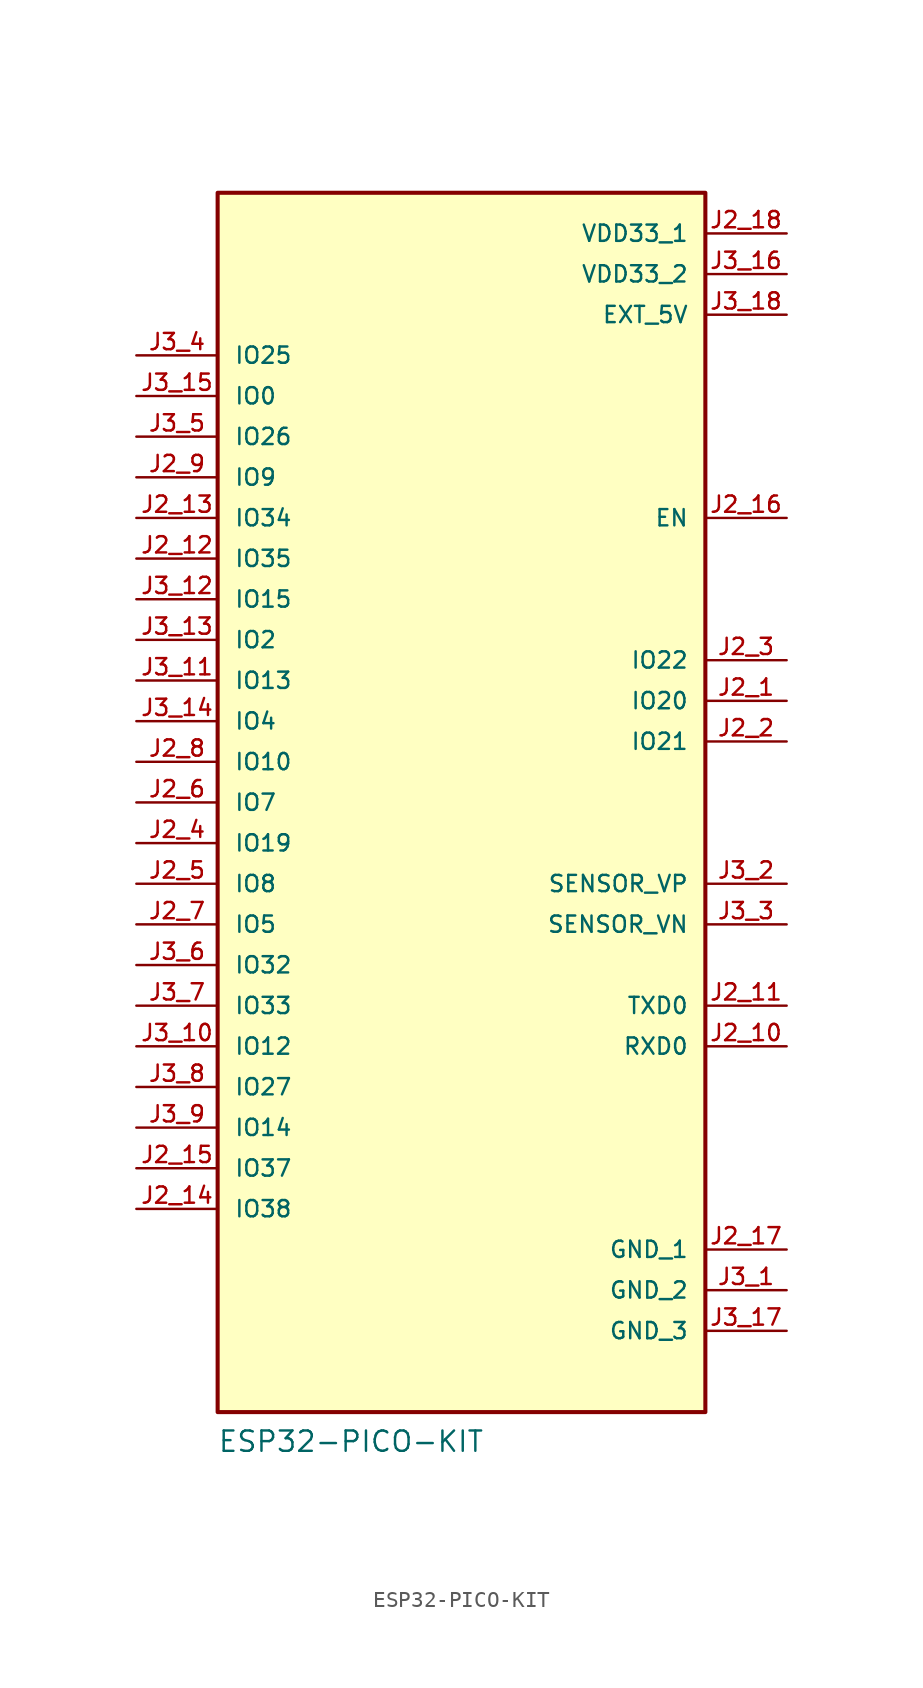
<source format=kicad_sym>
(kicad_symbol_lib
  (version 20241209)
  (generator "kicad_symbol_editor")
  (generator_version "9.0")
  (symbol "ESP32-PICO-KIT"
    (pin_names
      (offset 1.016))
    (property "Reference" "J2"
      (at -15.263 39.159 0)
      (effects (font (size 1.27 1.27)) (justify left bottom) (hide yes)))
    (property "Value" "ESP32-PICO-KIT"
      (at -15.262 -40.681 0)
      (effects (font (size 1.27 1.27)) (justify left bottom)))
    (symbol "ESP32-PICO-KIT_0_0"
      (rectangle (start -15.24 38.1) (end 15.24 -38.1) (stroke (width 0.254) (type default)) (fill (type background))))
    (symbol "ESP32-PICO-KIT_1_0"
      (pin bidirectional line (at -20.32 27.94 0) (length 5.08) (name "IO25" (effects (font (size 1.016 1.016)))) (number "J3_4" (effects (font (size 1.016 1.016)))))
      (pin bidirectional line (at -20.32 25.4 0) (length 5.08) (name "IO0" (effects (font (size 1.016 1.016)))) (number "J3_15" (effects (font (size 1.016 1.016)))))
      (pin bidirectional line (at -20.32 22.86 0) (length 5.08) (name "IO26" (effects (font (size 1.016 1.016)))) (number "J3_5" (effects (font (size 1.016 1.016)))))
      (pin bidirectional line (at -20.32 20.32 0) (length 5.08) (name "IO9" (effects (font (size 1.016 1.016)))) (number "J2_9" (effects (font (size 1.016 1.016)))))
      (pin input line (at -20.32 17.78 0) (length 5.08) (name "IO34" (effects (font (size 1.016 1.016)))) (number "J2_13" (effects (font (size 1.016 1.016)))))
      (pin input line (at -20.32 15.24 0) (length 5.08) (name "IO35" (effects (font (size 1.016 1.016)))) (number "J2_12" (effects (font (size 1.016 1.016)))))
      (pin bidirectional line (at -20.32 12.7 0) (length 5.08) (name "IO15" (effects (font (size 1.016 1.016)))) (number "J3_12" (effects (font (size 1.016 1.016)))))
      (pin bidirectional line (at -20.32 10.16 0) (length 5.08) (name "IO2" (effects (font (size 1.016 1.016)))) (number "J3_13" (effects (font (size 1.016 1.016)))))
      (pin bidirectional line (at -20.32 7.62 0) (length 5.08) (name "IO13" (effects (font (size 1.016 1.016)))) (number "J3_11" (effects (font (size 1.016 1.016)))))
      (pin bidirectional line (at -20.32 5.08 0) (length 5.08) (name "IO4" (effects (font (size 1.016 1.016)))) (number "J3_14" (effects (font (size 1.016 1.016)))))
      (pin bidirectional line (at -20.32 2.54 0) (length 5.08) (name "IO10" (effects (font (size 1.016 1.016)))) (number "J2_8" (effects (font (size 1.016 1.016)))))
      (pin bidirectional line (at -20.32 0 0) (length 5.08) (name "IO7" (effects (font (size 1.016 1.016)))) (number "J2_6" (effects (font (size 1.016 1.016)))))
      (pin bidirectional line (at -20.32 -2.54 0) (length 5.08) (name "IO19" (effects (font (size 1.016 1.016)))) (number "J2_4" (effects (font (size 1.016 1.016)))))
      (pin bidirectional line (at -20.32 -5.08 0) (length 5.08) (name "IO8" (effects (font (size 1.016 1.016)))) (number "J2_5" (effects (font (size 1.016 1.016)))))
      (pin bidirectional line (at -20.32 -7.62 0) (length 5.08) (name "IO5" (effects (font (size 1.016 1.016)))) (number "J2_7" (effects (font (size 1.016 1.016)))))
      (pin bidirectional line (at -20.32 -10.16 0) (length 5.08) (name "IO32" (effects (font (size 1.016 1.016)))) (number "J3_6" (effects (font (size 1.016 1.016)))))
      (pin bidirectional line (at -20.32 -12.7 0) (length 5.08) (name "IO33" (effects (font (size 1.016 1.016)))) (number "J3_7" (effects (font (size 1.016 1.016)))))
      (pin bidirectional line (at -20.32 -15.24 0) (length 5.08) (name "IO12" (effects (font (size 1.016 1.016)))) (number "J3_10" (effects (font (size 1.016 1.016)))))
      (pin bidirectional line (at -20.32 -17.78 0) (length 5.08) (name "IO27" (effects (font (size 1.016 1.016)))) (number "J3_8" (effects (font (size 1.016 1.016)))))
      (pin bidirectional line (at -20.32 -20.32 0) (length 5.08) (name "IO14" (effects (font (size 1.016 1.016)))) (number "J3_9" (effects (font (size 1.016 1.016)))))
      (pin input line (at -20.32 -22.86 0) (length 5.08) (name "IO37" (effects (font (size 1.016 1.016)))) (number "J2_15" (effects (font (size 1.016 1.016)))))
      (pin input line (at -20.32 -25.4 0) (length 5.08) (name "IO38" (effects (font (size 1.016 1.016)))) (number "J2_14" (effects (font (size 1.016 1.016)))))
      (pin power_in line (at 20.32 35.56 180) (length 5.08) (name "VDD33_1" (effects (font (size 1.016 1.016)))) (number "J2_18" (effects (font (size 1.016 1.016)))))
      (pin power_in line (at 20.32 33.02 180) (length 5.08) (name "VDD33_2" (effects (font (size 1.016 1.016)))) (number "J3_16" (effects (font (size 1.016 1.016)))))
      (pin power_in line (at 20.32 30.48 180) (length 5.08) (name "EXT_5V" (effects (font (size 1.016 1.016)))) (number "J3_18" (effects (font (size 1.016 1.016)))))
      (pin input line (at 20.32 17.78 180) (length 5.08) (name "EN" (effects (font (size 1.016 1.016)))) (number "J2_16" (effects (font (size 1.016 1.016)))))
      (pin bidirectional line (at 20.32 8.89 180) (length 5.08) (name "IO22" (effects (font (size 1.016 1.016)))) (number "J2_3" (effects (font (size 1.016 1.016)))))
      (pin bidirectional line (at 20.32 6.35 180) (length 5.08) (name "IO20" (effects (font (size 1.016 1.016)))) (number "J2_1" (effects (font (size 1.016 1.016)))))
      (pin bidirectional line (at 20.32 3.81 180) (length 5.08) (name "IO21" (effects (font (size 1.016 1.016)))) (number "J2_2" (effects (font (size 1.016 1.016)))))
      (pin input line (at 20.32 -5.08 180) (length 5.08) (name "SENSOR_VP" (effects (font (size 1.016 1.016)))) (number "J3_2" (effects (font (size 1.016 1.016)))))
      (pin input line (at 20.32 -7.62 180) (length 5.08) (name "SENSOR_VN" (effects (font (size 1.016 1.016)))) (number "J3_3" (effects (font (size 1.016 1.016)))))
      (pin bidirectional line (at 20.32 -12.7 180) (length 5.08) (name "TXD0" (effects (font (size 1.016 1.016)))) (number "J2_11" (effects (font (size 1.016 1.016)))))
      (pin bidirectional line (at 20.32 -15.24 180) (length 5.08) (name "RXD0" (effects (font (size 1.016 1.016)))) (number "J2_10" (effects (font (size 1.016 1.016)))))
      (pin power_in line (at 20.32 -27.94 180) (length 5.08) (name "GND_1" (effects (font (size 1.016 1.016)))) (number "J2_17" (effects (font (size 1.016 1.016)))))
      (pin power_in line (at 20.32 -30.48 180) (length 5.08) (name "GND_2" (effects (font (size 1.016 1.016)))) (number "J3_1" (effects (font (size 1.016 1.016)))))
      (pin bidirectional line (at 20.32 -33.02 180) (length 5.08) (name "GND_3" (effects (font (size 1.016 1.016)))) (number "J3_17" (effects (font (size 1.016 1.016))))))))
</source>
